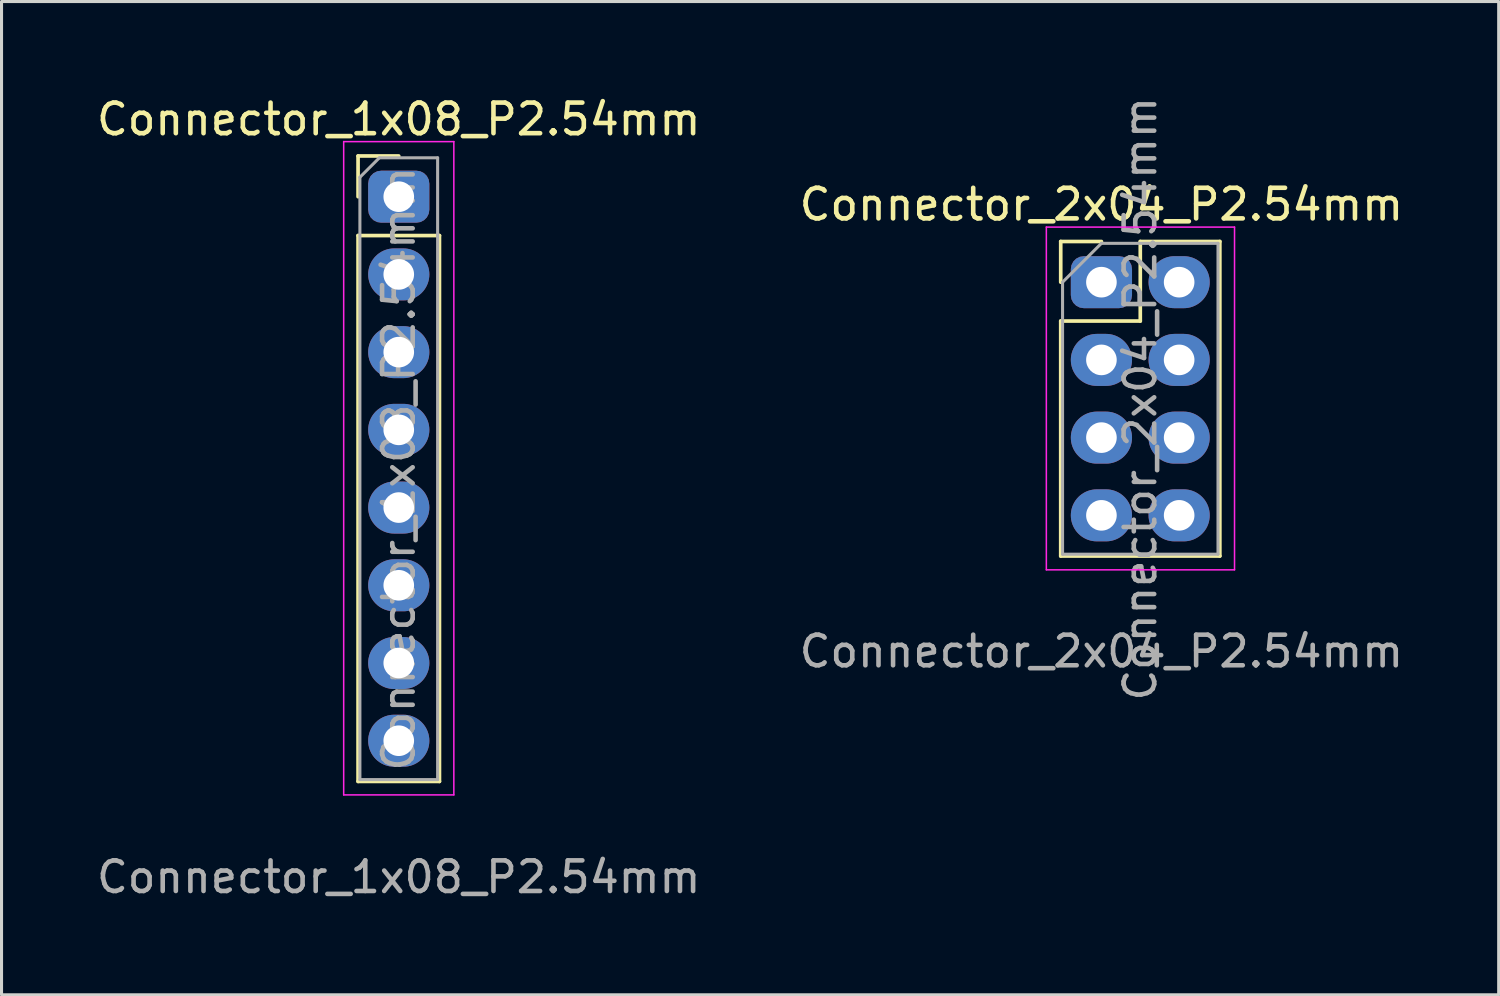
<source format=kicad_pcb>
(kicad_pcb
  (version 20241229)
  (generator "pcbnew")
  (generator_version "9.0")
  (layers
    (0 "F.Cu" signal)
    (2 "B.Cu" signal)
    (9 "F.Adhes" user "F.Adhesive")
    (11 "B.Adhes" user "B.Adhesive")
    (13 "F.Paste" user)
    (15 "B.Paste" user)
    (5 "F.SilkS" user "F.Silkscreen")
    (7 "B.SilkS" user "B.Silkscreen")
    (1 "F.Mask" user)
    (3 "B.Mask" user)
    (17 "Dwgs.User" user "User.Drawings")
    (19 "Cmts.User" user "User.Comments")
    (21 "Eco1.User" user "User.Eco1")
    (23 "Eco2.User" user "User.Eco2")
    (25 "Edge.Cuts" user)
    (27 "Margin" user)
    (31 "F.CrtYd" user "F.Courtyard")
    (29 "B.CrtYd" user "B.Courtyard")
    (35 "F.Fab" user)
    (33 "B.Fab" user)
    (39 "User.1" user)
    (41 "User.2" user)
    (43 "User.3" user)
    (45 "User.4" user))
  (footprint "Connector_2x04_P2.54mm"
    (layer "F.Cu")
    (at 32.946 6.172)
    (property "Reference" "Connector_2x04_P2.54mm" (at 0 -2.54 0) (unlocked yes) (layer "F.SilkS") (effects (font (size 1 1) (thickness 0.15))))
    (attr through_hole)
    (fp_line (start -1.33 -1.33) (end 0 -1.33) (stroke (width 0.12) (type solid)) (layer "F.SilkS"))
    (fp_line (start -1.33 0) (end -1.33 -1.33) (stroke (width 0.12) (type solid)) (layer "F.SilkS"))
    (fp_line (start -1.33 1.27) (end -1.33 8.95) (stroke (width 0.12) (type solid)) (layer "F.SilkS"))
    (fp_line (start -1.33 1.27) (end 1.27 1.27) (stroke (width 0.12) (type solid)) (layer "F.SilkS"))
    (fp_line (start -1.33 8.95) (end 3.87 8.95) (stroke (width 0.12) (type solid)) (layer "F.SilkS"))
    (fp_line (start 1.27 -1.33) (end 3.87 -1.33) (stroke (width 0.12) (type solid)) (layer "F.SilkS"))
    (fp_line (start 1.27 1.27) (end 1.27 -1.33) (stroke (width 0.12) (type solid)) (layer "F.SilkS"))
    (fp_line (start 3.87 -1.33) (end 3.87 8.95) (stroke (width 0.12) (type solid)) (layer "F.SilkS"))
    (fp_line (start -1.8 -1.8) (end -1.8 9.4) (stroke (width 0.05) (type solid)) (layer "F.CrtYd"))
    (fp_line (start -1.8 9.4) (end 4.35 9.4) (stroke (width 0.05) (type solid)) (layer "F.CrtYd"))
    (fp_line (start 4.35 -1.8) (end -1.8 -1.8) (stroke (width 0.05) (type solid)) (layer "F.CrtYd"))
    (fp_line (start 4.35 9.4) (end 4.35 -1.8) (stroke (width 0.05) (type solid)) (layer "F.CrtYd"))
    (fp_line (start -1.27 0) (end 0 -1.27) (stroke (width 0.1) (type solid)) (layer "F.Fab"))
    (fp_line (start -1.27 8.89) (end -1.27 0) (stroke (width 0.1) (type solid)) (layer "F.Fab"))
    (fp_line (start 0 -1.27) (end 3.81 -1.27) (stroke (width 0.1) (type solid)) (layer "F.Fab"))
    (fp_line (start 3.81 -1.27) (end 3.81 8.89) (stroke (width 0.1) (type solid)) (layer "F.Fab"))
    (fp_line (start 3.81 8.89) (end -1.27 8.89) (stroke (width 0.1) (type solid)) (layer "F.Fab"))
    (fp_text user "${REFERENCE}" (at 0 12.065 0) (unlocked yes) (layer "F.Fab") (effects (font (size 1 1) (thickness 0.15))))
    (fp_text user "${REFERENCE}" (at 1.27 3.81 90) (layer "F.Fab") (effects (font (size 1 1) (thickness 0.15))))
    (pad "1" thru_hole roundrect (at 0 0) (size 2 1.7) (drill 1) (layers "*.Cu" "*.Mask") (roundrect_rratio 0.25))
    (pad "2" thru_hole oval (at 2.54 0) (size 2 1.7) (drill 1) (layers "*.Cu" "*.Mask"))
    (pad "3" thru_hole oval (at 0 2.54) (size 2 1.7) (drill 1) (layers "*.Cu" "*.Mask"))
    (pad "4" thru_hole oval (at 2.54 2.54) (size 2 1.7) (drill 1) (layers "*.Cu" "*.Mask"))
    (pad "5" thru_hole oval (at 0 5.08) (size 2 1.7) (drill 1) (layers "*.Cu" "*.Mask"))
    (pad "6" thru_hole oval (at 2.54 5.08) (size 2 1.7) (drill 1) (layers "*.Cu" "*.Mask"))
    (pad "7" thru_hole oval (at 0 7.62) (size 2 1.7) (drill 1) (layers "*.Cu" "*.Mask"))
    (pad "8" thru_hole oval (at 2.54 7.62) (size 2 1.7) (drill 1) (layers "*.Cu" "*.Mask")))
  (footprint "Connector_1x08_P2.54mm"
    (layer "F.Cu")
    (at 9.982 3.378)
    (property "Reference" "Connector_1x08_P2.54mm" (at 0 -2.53 0) (unlocked yes) (layer "F.SilkS") (effects (font (size 1 1) (thickness 0.15))))
    (attr through_hole)
    (fp_line (start -1.33 -1.33) (end 0 -1.33) (stroke (width 0.12) (type solid)) (layer "F.SilkS"))
    (fp_line (start -1.33 0) (end -1.33 -1.33) (stroke (width 0.12) (type solid)) (layer "F.SilkS"))
    (fp_line (start -1.33 1.27) (end -1.33 19.11) (stroke (width 0.12) (type solid)) (layer "F.SilkS"))
    (fp_line (start -1.33 1.27) (end 1.33 1.27) (stroke (width 0.12) (type solid)) (layer "F.SilkS"))
    (fp_line (start -1.33 19.11) (end 1.33 19.11) (stroke (width 0.12) (type solid)) (layer "F.SilkS"))
    (fp_line (start 1.33 1.27) (end 1.33 19.11) (stroke (width 0.12) (type solid)) (layer "F.SilkS"))
    (fp_line (start -1.8 -1.8) (end -1.8 19.55) (stroke (width 0.05) (type solid)) (layer "F.CrtYd"))
    (fp_line (start -1.8 19.55) (end 1.8 19.55) (stroke (width 0.05) (type solid)) (layer "F.CrtYd"))
    (fp_line (start 1.8 -1.8) (end -1.8 -1.8) (stroke (width 0.05) (type solid)) (layer "F.CrtYd"))
    (fp_line (start 1.8 19.55) (end 1.8 -1.8) (stroke (width 0.05) (type solid)) (layer "F.CrtYd"))
    (fp_line (start -1.27 -0.635) (end -0.635 -1.27) (stroke (width 0.1) (type solid)) (layer "F.Fab"))
    (fp_line (start -1.27 19.05) (end -1.27 -0.635) (stroke (width 0.1) (type solid)) (layer "F.Fab"))
    (fp_line (start -0.635 -1.27) (end 1.27 -1.27) (stroke (width 0.1) (type solid)) (layer "F.Fab"))
    (fp_line (start 1.27 -1.27) (end 1.27 19.05) (stroke (width 0.1) (type solid)) (layer "F.Fab"))
    (fp_line (start 1.27 19.05) (end -1.27 19.05) (stroke (width 0.1) (type solid)) (layer "F.Fab"))
    (fp_text user "${REFERENCE}" (at 0 8.89 90) (layer "F.Fab") (effects (font (size 1 1) (thickness 0.15))))
    (fp_text user "${REFERENCE}" (at 0 22.235 0) (unlocked yes) (layer "F.Fab") (effects (font (size 1 1) (thickness 0.15))))
    (pad "1" thru_hole roundrect (at 0 0) (size 2 1.7) (drill 1) (layers "*.Cu" "*.Mask") (roundrect_rratio 0.25))
    (pad "2" thru_hole oval (at 0 2.54) (size 2 1.7) (drill 1) (layers "*.Cu" "*.Mask"))
    (pad "3" thru_hole oval (at 0 5.08) (size 2 1.7) (drill 1) (layers "*.Cu" "*.Mask"))
    (pad "4" thru_hole oval (at 0 7.62) (size 2 1.7) (drill 1) (layers "*.Cu" "*.Mask"))
    (pad "5" thru_hole oval (at 0 10.16) (size 2 1.7) (drill 1) (layers "*.Cu" "*.Mask"))
    (pad "6" thru_hole oval (at 0 12.7) (size 2 1.7) (drill 1) (layers "*.Cu" "*.Mask"))
    (pad "7" thru_hole oval (at 0 15.24) (size 2 1.7) (drill 1) (layers "*.Cu" "*.Mask"))
    (pad "8" thru_hole oval (at 0 17.78) (size 2 1.7) (drill 1) (layers "*.Cu" "*.Mask")))
  (gr_rect
    (start -3 -3)
    (end 45.929 29.462)
    (stroke (width 0.1) (type default))
    (fill no)
    (layer "Edge.Cuts")))
</source>
